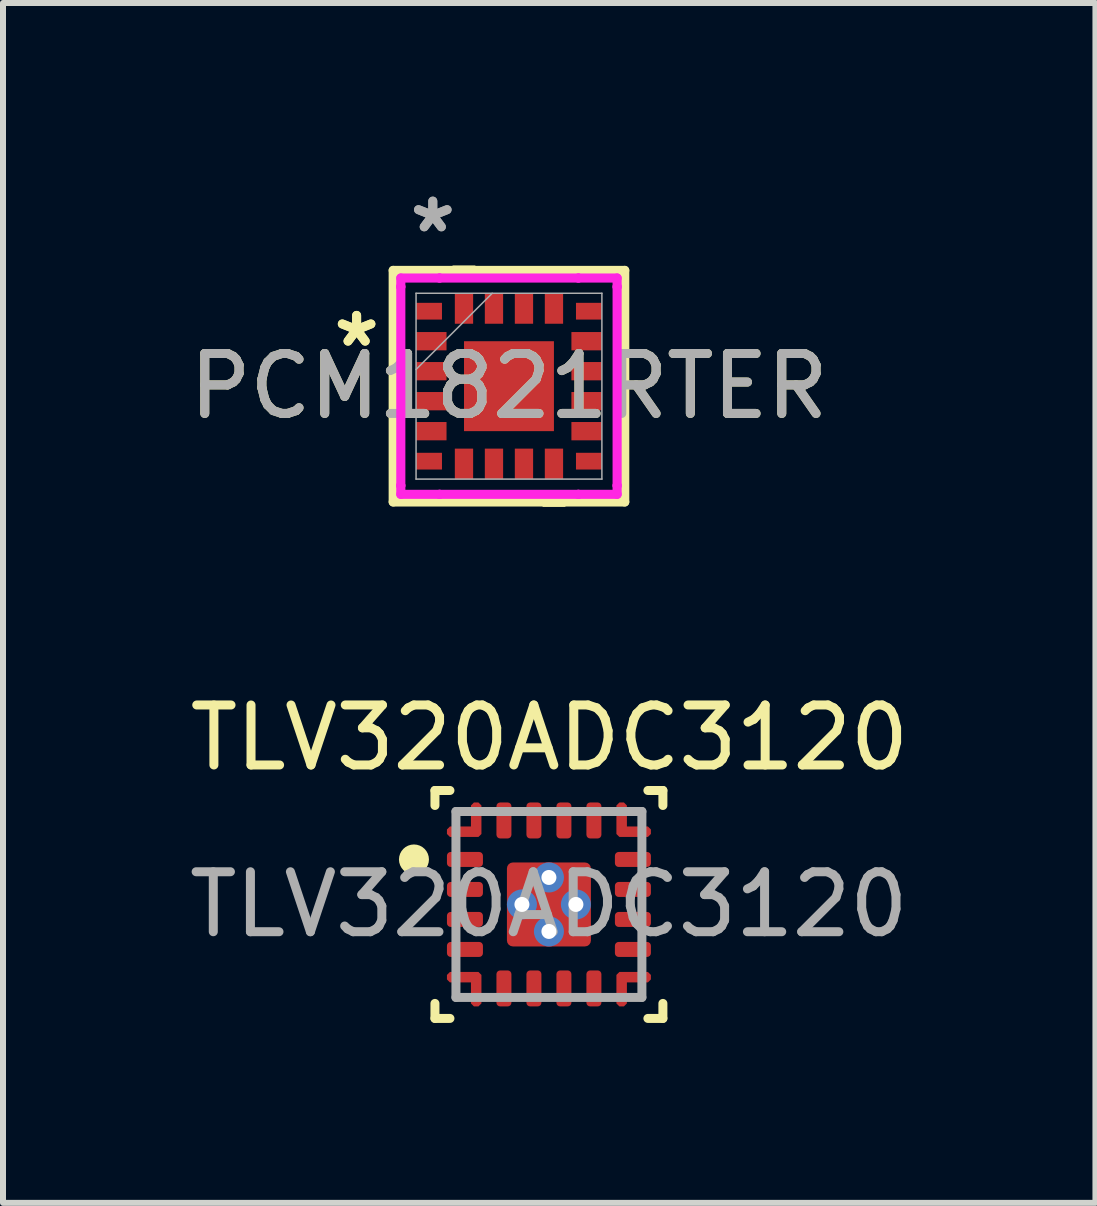
<source format=kicad_pcb>
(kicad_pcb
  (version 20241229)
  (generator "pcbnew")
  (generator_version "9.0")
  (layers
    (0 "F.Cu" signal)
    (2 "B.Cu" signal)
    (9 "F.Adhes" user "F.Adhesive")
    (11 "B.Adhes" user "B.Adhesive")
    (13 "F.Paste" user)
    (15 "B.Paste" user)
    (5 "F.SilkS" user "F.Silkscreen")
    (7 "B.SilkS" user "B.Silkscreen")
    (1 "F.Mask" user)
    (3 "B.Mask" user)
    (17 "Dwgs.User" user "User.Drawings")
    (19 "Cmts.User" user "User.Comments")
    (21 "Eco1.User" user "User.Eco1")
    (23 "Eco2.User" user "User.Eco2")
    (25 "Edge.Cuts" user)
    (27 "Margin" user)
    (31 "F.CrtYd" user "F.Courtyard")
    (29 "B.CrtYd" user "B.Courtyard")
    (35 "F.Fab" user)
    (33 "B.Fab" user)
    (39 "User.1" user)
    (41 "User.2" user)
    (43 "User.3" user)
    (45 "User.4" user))
  (footprint "TLV320ADC3120"
    (layer "F.Cu")
    (at 6.101 12.028)
    (property "Reference" "TLV320ADC3120" (at 0.01 -2.78 0) (unlocked yes) (layer "F.SilkS") (effects (font (size 1 1) (thickness 0.15))))
    (attr smd)
    (fp_poly (pts (xy -1.65 1.125) (xy -1.175 1.125) (xy -1.125 1.175) (xy -1.125 1.65) (xy -1.175 1.7) (xy -1.25 1.7) (xy -1.3 1.65) (xy -1.3 1.3) (xy -1.65 1.3) (xy -1.7 1.25) (xy -1.7 1.175)) (stroke (width 0) (type solid)) (fill yes) (layer "F.Mask"))
    (fp_poly (pts (xy 1.65 -1.125) (xy 1.175 -1.125) (xy 1.125 -1.175) (xy 1.125 -1.65) (xy 1.175 -1.7) (xy 1.25 -1.7) (xy 1.3 -1.65) (xy 1.3 -1.3) (xy 1.65 -1.3) (xy 1.7 -1.25) (xy 1.7 -1.175)) (stroke (width 0) (type solid)) (fill yes) (layer "F.Mask"))
    (fp_line (start -1.9 -1.9) (end -1.65 -1.9) (stroke (width 0.15) (type solid)) (layer "F.SilkS"))
    (fp_line (start -1.9 -1.65) (end -1.9 -1.9) (stroke (width 0.15) (type solid)) (layer "F.SilkS"))
    (fp_line (start -1.9 1.9) (end -1.9 1.65) (stroke (width 0.15) (type solid)) (layer "F.SilkS"))
    (fp_line (start -1.9 1.9) (end -1.65 1.9) (stroke (width 0.15) (type solid)) (layer "F.SilkS"))
    (fp_line (start 1.65 -1.9) (end 1.9 -1.9) (stroke (width 0.15) (type solid)) (layer "F.SilkS"))
    (fp_line (start 1.65 1.9) (end 1.9 1.9) (stroke (width 0.15) (type solid)) (layer "F.SilkS"))
    (fp_line (start 1.9 -1.65) (end 1.9 -1.9) (stroke (width 0.15) (type solid)) (layer "F.SilkS"))
    (fp_line (start 1.9 1.9) (end 1.9 1.65) (stroke (width 0.15) (type solid)) (layer "F.SilkS"))
    (fp_circle (center -2.25 -0.75) (end -2.125 -0.75) (stroke (width 0.25) (type solid)) (fill no) (layer "F.SilkS"))
    (fp_line (start -1.55 -1.55) (end 1.55 -1.55) (stroke (width 0.15) (type solid)) (layer "F.Fab"))
    (fp_line (start -1.55 1.55) (end -1.55 -1.55) (stroke (width 0.15) (type solid)) (layer "F.Fab"))
    (fp_line (start -1.55 1.55) (end 1.55 1.55) (stroke (width 0.15) (type solid)) (layer "F.Fab"))
    (fp_line (start 1.55 1.55) (end 1.55 -1.55) (stroke (width 0.15) (type solid)) (layer "F.Fab"))
    (fp_text user "${REFERENCE}" (at 0 0 0) (unlocked yes) (layer "F.Fab") (effects (font (size 1 1) (thickness 0.15))))
    (pad "1" smd roundrect (at -1.4 -0.75 90) (size 0.25 0.6) (layers "F.Cu" "F.Mask" "F.Paste") (roundrect_rratio 0.25))
    (pad "2" smd roundrect (at -1.4 -0.25 90) (size 0.25 0.6) (layers "F.Cu" "F.Mask" "F.Paste") (roundrect_rratio 0.25))
    (pad "3" smd roundrect (at -1.4 0.25 90) (size 0.25 0.6) (layers "F.Cu" "F.Mask" "F.Paste") (roundrect_rratio 0.25))
    (pad "4" smd roundrect (at -1.4 0.75 90) (size 0.25 0.6) (layers "F.Cu" "F.Mask" "F.Paste") (roundrect_rratio 0.25))
    (pad "5" smd custom (at -1.233 1.233) (size 0.171 0.171) (layers "F.Cu" "F.Mask" "F.Paste") (options (anchor circle)) (primitives (gr_poly (pts (xy -0.417 -0.108) (xy -0.467 -0.058) (xy -0.467 0.017) (xy -0.417 0.067) (xy -0.067 0.067) (xy -0.067 0.417) (xy -0.017 0.467) (xy 0.058 0.467) (xy 0.108 0.417) (xy 0.108 -0.058) (xy 0.058 -0.108)) (width 0) (fill yes))))
    (pad "6" smd roundrect (at -0.75 1.4 180) (size 0.25 0.6) (layers "F.Cu" "F.Mask" "F.Paste") (roundrect_rratio 0.25))
    (pad "7" smd roundrect (at -0.25 1.4 180) (size 0.25 0.6) (layers "F.Cu" "F.Mask" "F.Paste") (roundrect_rratio 0.25))
    (pad "8" smd roundrect (at 0.25 1.4 180) (size 0.25 0.6) (layers "F.Cu" "F.Mask" "F.Paste") (roundrect_rratio 0.25))
    (pad "9" smd roundrect (at 0.75 1.4 180) (size 0.25 0.6) (layers "F.Cu" "F.Mask" "F.Paste") (roundrect_rratio 0.25))
    (pad "10" smd custom (at 1.233 1.233) (size 0.171 0.171) (layers "F.Cu" "F.Mask" "F.Paste") (options (anchor circle)) (primitives (gr_poly (pts (xy 0.417 -0.108) (xy 0.467 -0.058) (xy 0.467 0.017) (xy 0.417 0.067) (xy 0.067 0.067) (xy 0.067 0.417) (xy 0.017 0.467) (xy -0.058 0.467) (xy -0.108 0.417) (xy -0.108 -0.058) (xy -0.058 -0.108)) (width 0) (fill yes))))
    (pad "11" smd roundrect (at 1.4 0.75 90) (size 0.25 0.6) (layers "F.Cu" "F.Mask" "F.Paste") (roundrect_rratio 0.25))
    (pad "12" smd roundrect (at 1.4 0.25 90) (size 0.25 0.6) (layers "F.Cu" "F.Mask" "F.Paste") (roundrect_rratio 0.25))
    (pad "13" smd roundrect (at 1.4 -0.25 90) (size 0.25 0.6) (layers "F.Cu" "F.Mask" "F.Paste") (roundrect_rratio 0.25))
    (pad "14" smd roundrect (at 1.4 -0.75 90) (size 0.25 0.6) (layers "F.Cu" "F.Mask" "F.Paste") (roundrect_rratio 0.25))
    (pad "15" smd custom (at 1.233 -1.233) (size 0.171 0.171) (layers "F.Cu" "F.Mask" "F.Paste") (options (anchor circle)) (primitives (gr_poly (pts (xy 0.417 0.108) (xy 0.467 0.058) (xy 0.467 -0.017) (xy 0.417 -0.067) (xy 0.067 -0.067) (xy 0.067 -0.417) (xy 0.017 -0.467) (xy -0.058 -0.467) (xy -0.108 -0.417) (xy -0.108 0.058) (xy -0.058 0.108)) (width 0) (fill yes))))
    (pad "16" smd roundrect (at 0.75 -1.4 180) (size 0.25 0.6) (layers "F.Cu" "F.Mask" "F.Paste") (roundrect_rratio 0.25))
    (pad "17" smd roundrect (at 0.25 -1.4 180) (size 0.25 0.6) (layers "F.Cu" "F.Mask" "F.Paste") (roundrect_rratio 0.25))
    (pad "18" smd roundrect (at -0.25 -1.4 180) (size 0.25 0.6) (layers "F.Cu" "F.Mask" "F.Paste") (roundrect_rratio 0.25))
    (pad "19" smd roundrect (at -0.75 -1.4 180) (size 0.25 0.6) (layers "F.Cu" "F.Mask" "F.Paste") (roundrect_rratio 0.25))
    (pad "20" smd custom (at -1.233 -1.233) (size 0.171 0.171) (layers "F.Cu" "F.Mask" "F.Paste") (options (anchor circle)) (primitives (gr_poly (pts (xy -0.417 0.108) (xy -0.467 0.058) (xy -0.467 -0.017) (xy -0.417 -0.067) (xy -0.067 -0.067) (xy -0.067 -0.417) (xy -0.017 -0.467) (xy 0.058 -0.467) (xy 0.108 -0.417) (xy 0.108 0.058) (xy 0.058 0.108)) (width 0) (fill yes))))
    (pad "21" thru_hole circle (at -0.45 0) (size 0.5 0.5) (drill 0.25) (layers "*.Cu" "*.Mask"))
    (pad "21" thru_hole circle (at 0 -0.45) (size 0.5 0.5) (drill 0.25) (layers "*.Cu" "*.Mask"))
    (pad "21" smd roundrect (at 0 0) (size 1.4 1.4) (layers "F.Cu" "F.Mask" "F.Paste") (roundrect_rratio 0.071))
    (pad "21" thru_hole circle (at 0 0.45) (size 0.5 0.5) (drill 0.25) (layers "*.Cu" "*.Mask"))
    (pad "21" thru_hole circle (at 0.45 0) (size 0.5 0.5) (drill 0.25) (layers "*.Cu" "*.Mask")))
  (footprint "PCM1821RTER"
    (layer "F.Cu")
    (at 5.435 3.388)
    (property "Reference" "PCM1821RTER" (at 0 0 0) (unlocked yes) (layer "F.SilkS") (effects (font (size 1 1) (thickness 0.15))))
    (attr smd)
    (fp_poly (pts (xy -1.397 1.39) (xy -1.549 1.39) (xy -1.549 1.111) (xy -1.118 1.111) (xy -1.118 1.549) (xy -1.397 1.549)) (stroke (width 0) (type solid)) (fill yes) (layer "F.Mask"))
    (fp_poly (pts (xy -1.118 -1.111) (xy -1.549 -1.111) (xy -1.549 -1.39) (xy -1.397 -1.391) (xy -1.397 -1.551) (xy -1.118 -1.551)) (stroke (width 0) (type solid)) (fill yes) (layer "F.Mask"))
    (fp_poly (pts (xy 1.118 -1.111) (xy 1.118 -1.551) (xy 1.397 -1.551) (xy 1.397 -1.391) (xy 1.549 -1.39) (xy 1.549 -1.111)) (stroke (width 0) (type solid)) (fill yes) (layer "F.Mask"))
    (fp_poly (pts (xy 1.118 1.111) (xy 1.549 1.111) (xy 1.549 1.39) (xy 1.397 1.39) (xy 1.397 1.549) (xy 1.118 1.549)) (stroke (width 0) (type solid)) (fill yes) (layer "F.Mask"))
    (fp_line (start -1.93 -1.93) (end -1.93 1.93) (stroke (width 0.152) (type solid)) (layer "F.SilkS"))
    (fp_line (start -1.93 1.93) (end 1.93 1.93) (stroke (width 0.152) (type solid)) (layer "F.SilkS"))
    (fp_line (start 1.93 -1.93) (end -1.93 -1.93) (stroke (width 0.152) (type solid)) (layer "F.SilkS"))
    (fp_line (start 1.93 1.93) (end 1.93 -1.93) (stroke (width 0.152) (type solid)) (layer "F.SilkS"))
    (fp_poly (pts (xy -0.941 -1.758) (xy -0.941 -2.012) (xy -0.56 -2.012) (xy -0.56 -1.758)) (stroke (width 0) (type solid)) (fill yes) (layer "F.SilkS"))
    (fp_poly (pts (xy 0.56 1.758) (xy 0.56 2.012) (xy 0.941 2.012) (xy 0.941 1.758)) (stroke (width 0) (type solid)) (fill yes) (layer "F.SilkS"))
    (fp_poly (pts (xy -1.549 -1.111) (xy -1.118 -1.111) (xy -1.118 -1.551) (xy -1.397 -1.551) (xy -1.397 -1.391) (xy -1.549 -1.39)) (stroke (width 0) (type solid)) (fill yes) (layer "F.Paste"))
    (fp_poly (pts (xy -1.549 1.111) (xy -1.118 1.111) (xy -1.118 1.549) (xy -1.397 1.549) (xy -1.397 1.39) (xy -1.549 1.39)) (stroke (width 0) (type solid)) (fill yes) (layer "F.Paste"))
    (fp_poly (pts (xy 1.118 1.549) (xy 1.118 1.111) (xy 1.549 1.111) (xy 1.549 1.39) (xy 1.397 1.39) (xy 1.397 1.549)) (stroke (width 0) (type solid)) (fill yes) (layer "F.Paste"))
    (fp_poly (pts (xy 1.118 -1.111) (xy 1.118 -1.551) (xy 1.397 -1.551) (xy 1.397 -1.391) (xy 1.549 -1.39) (xy 1.549 -1.111)) (stroke (width 0) (type solid)) (fill yes) (layer "F.Paste"))
    (fp_line (start -1.803 -1.803) (end -1.157 -1.803) (stroke (width 0.152) (type solid)) (layer "F.CrtYd"))
    (fp_line (start -1.803 -1.657) (end -1.803 -1.803) (stroke (width 0.152) (type solid)) (layer "F.CrtYd"))
    (fp_line (start -1.803 -1.657) (end -1.803 -1.657) (stroke (width 0.152) (type solid)) (layer "F.CrtYd"))
    (fp_line (start -1.803 1.657) (end -1.803 -1.657) (stroke (width 0.152) (type solid)) (layer "F.CrtYd"))
    (fp_line (start -1.803 1.657) (end -1.803 1.657) (stroke (width 0.152) (type solid)) (layer "F.CrtYd"))
    (fp_line (start -1.803 1.803) (end -1.803 1.657) (stroke (width 0.152) (type solid)) (layer "F.CrtYd"))
    (fp_line (start -1.157 -1.803) (end -1.157 -1.803) (stroke (width 0.152) (type solid)) (layer "F.CrtYd"))
    (fp_line (start -1.157 -1.803) (end 1.157 -1.803) (stroke (width 0.152) (type solid)) (layer "F.CrtYd"))
    (fp_line (start -1.157 1.803) (end -1.803 1.803) (stroke (width 0.152) (type solid)) (layer "F.CrtYd"))
    (fp_line (start -1.157 1.803) (end -1.157 1.803) (stroke (width 0.152) (type solid)) (layer "F.CrtYd"))
    (fp_line (start 1.157 -1.803) (end 1.157 -1.803) (stroke (width 0.152) (type solid)) (layer "F.CrtYd"))
    (fp_line (start 1.157 -1.803) (end 1.803 -1.803) (stroke (width 0.152) (type solid)) (layer "F.CrtYd"))
    (fp_line (start 1.157 1.803) (end -1.157 1.803) (stroke (width 0.152) (type solid)) (layer "F.CrtYd"))
    (fp_line (start 1.157 1.803) (end 1.157 1.803) (stroke (width 0.152) (type solid)) (layer "F.CrtYd"))
    (fp_line (start 1.803 -1.803) (end 1.803 -1.657) (stroke (width 0.152) (type solid)) (layer "F.CrtYd"))
    (fp_line (start 1.803 -1.657) (end 1.803 -1.657) (stroke (width 0.152) (type solid)) (layer "F.CrtYd"))
    (fp_line (start 1.803 -1.657) (end 1.803 1.657) (stroke (width 0.152) (type solid)) (layer "F.CrtYd"))
    (fp_line (start 1.803 1.657) (end 1.803 1.657) (stroke (width 0.152) (type solid)) (layer "F.CrtYd"))
    (fp_line (start 1.803 1.657) (end 1.803 1.803) (stroke (width 0.152) (type solid)) (layer "F.CrtYd"))
    (fp_line (start 1.803 1.803) (end 1.157 1.803) (stroke (width 0.152) (type solid)) (layer "F.CrtYd"))
    (fp_line (start -1.549 -1.549) (end -1.549 1.549) (stroke (width 0.025) (type solid)) (layer "F.Fab"))
    (fp_line (start -1.549 -0.279) (end -0.279 -1.549) (stroke (width 0.025) (type solid)) (layer "F.Fab"))
    (fp_line (start -1.549 1.549) (end 1.549 1.549) (stroke (width 0.025) (type solid)) (layer "F.Fab"))
    (fp_line (start 1.549 -1.549) (end -1.549 -1.549) (stroke (width 0.025) (type solid)) (layer "F.Fab"))
    (fp_line (start 1.549 1.549) (end 1.549 -1.549) (stroke (width 0.025) (type solid)) (layer "F.Fab"))
    (fp_text user "*" (at -2.54 -0.635 0) (layer "F.SilkS") (effects (font (size 1 1) (thickness 0.15))))
    (fp_text user "*" (at -2.54 -0.635 0) (unlocked yes) (layer "F.SilkS") (effects (font (size 1 1) (thickness 0.15))))
    (fp_text user "${REFERENCE}" (at 0 0 0) (unlocked yes) (layer "F.Fab") (effects (font (size 1 1) (thickness 0.15))))
    (fp_text user "*" (at -1.27 -2.54 0) (unlocked yes) (layer "F.Fab") (effects (font (size 1 1) (thickness 0.15))))
    (fp_text user "*" (at -1.27 -2.54 0) (layer "F.Fab") (effects (font (size 1 1) (thickness 0.15))))
    (pad "1" smd rect (at -1.295 -0.75 90) (size 0.305 0.508) (layers "F.Cu" "F.Mask" "F.Paste"))
    (pad "2" smd rect (at -1.295 -0.25 90) (size 0.305 0.508) (layers "F.Cu" "F.Mask" "F.Paste"))
    (pad "3" smd rect (at -1.295 0.25 90) (size 0.305 0.508) (layers "F.Cu" "F.Mask" "F.Paste"))
    (pad "4" smd rect (at -1.295 0.75 90) (size 0.305 0.508) (layers "F.Cu" "F.Mask" "F.Paste"))
    (pad "5" smd rect (at -1.333 1.25 90) (size 0.279 0.432) (layers "F.Cu" "F.Mask" "F.Paste"))
    (pad "6" smd rect (at -0.75 1.295) (size 0.305 0.508) (layers "F.Cu" "F.Mask" "F.Paste"))
    (pad "7" smd rect (at -0.25 1.295) (size 0.305 0.508) (layers "F.Cu" "F.Mask" "F.Paste"))
    (pad "8" smd rect (at 0.25 1.295) (size 0.305 0.508) (layers "F.Cu" "F.Mask" "F.Paste"))
    (pad "9" smd rect (at 0.75 1.295) (size 0.305 0.508) (layers "F.Cu" "F.Mask" "F.Paste"))
    (pad "10" smd rect (at 1.333 1.25 90) (size 0.279 0.432) (layers "F.Cu" "F.Mask" "F.Paste"))
    (pad "11" smd rect (at 1.295 0.75 90) (size 0.305 0.508) (layers "F.Cu" "F.Mask" "F.Paste"))
    (pad "12" smd rect (at 1.295 0.25 90) (size 0.305 0.508) (layers "F.Cu" "F.Mask" "F.Paste"))
    (pad "13" smd rect (at 1.295 -0.25 90) (size 0.305 0.508) (layers "F.Cu" "F.Mask" "F.Paste"))
    (pad "14" smd rect (at 1.295 -0.75 90) (size 0.305 0.508) (layers "F.Cu" "F.Mask" "F.Paste"))
    (pad "15" smd rect (at 1.333 -1.25 90) (size 0.279 0.432) (layers "F.Cu" "F.Mask" "F.Paste"))
    (pad "16" smd rect (at 0.75 -1.295) (size 0.305 0.508) (layers "F.Cu" "F.Mask" "F.Paste"))
    (pad "17" smd rect (at 0.25 -1.295) (size 0.305 0.508) (layers "F.Cu" "F.Mask" "F.Paste"))
    (pad "18" smd rect (at -0.25 -1.295) (size 0.305 0.508) (layers "F.Cu" "F.Mask" "F.Paste"))
    (pad "19" smd rect (at -0.75 -1.295) (size 0.305 0.508) (layers "F.Cu" "F.Mask" "F.Paste"))
    (pad "20" smd rect (at -1.333 -1.25 90) (size 0.279 0.432) (layers "F.Cu" "F.Mask" "F.Paste"))
    (pad "21" smd rect (at 0 0) (size 1.499 1.499) (layers "F.Cu" "F.Mask" "F.Paste")))
  (gr_rect
    (start -3 -3)
    (end 15.212 17.003)
    (stroke (width 0.1) (type default))
    (fill no)
    (layer "Edge.Cuts")))
</source>
